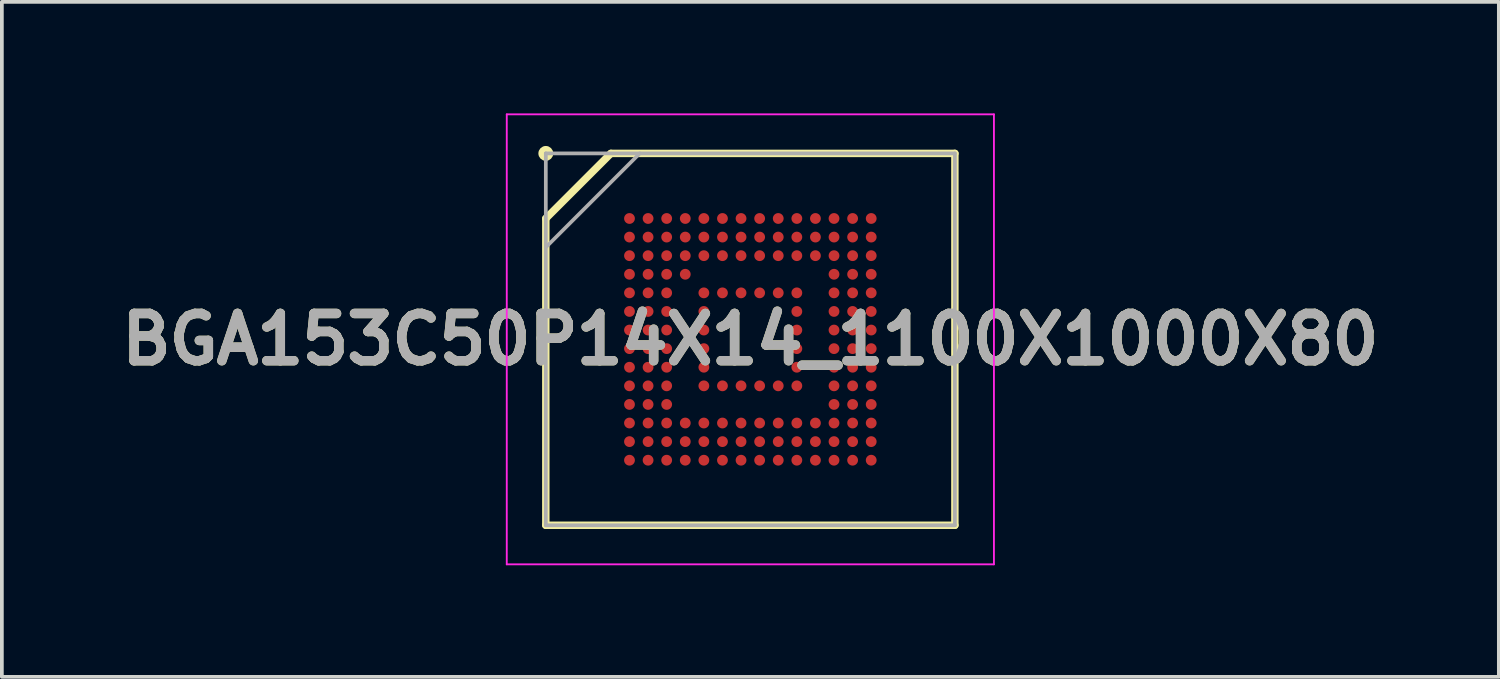
<source format=kicad_pcb>
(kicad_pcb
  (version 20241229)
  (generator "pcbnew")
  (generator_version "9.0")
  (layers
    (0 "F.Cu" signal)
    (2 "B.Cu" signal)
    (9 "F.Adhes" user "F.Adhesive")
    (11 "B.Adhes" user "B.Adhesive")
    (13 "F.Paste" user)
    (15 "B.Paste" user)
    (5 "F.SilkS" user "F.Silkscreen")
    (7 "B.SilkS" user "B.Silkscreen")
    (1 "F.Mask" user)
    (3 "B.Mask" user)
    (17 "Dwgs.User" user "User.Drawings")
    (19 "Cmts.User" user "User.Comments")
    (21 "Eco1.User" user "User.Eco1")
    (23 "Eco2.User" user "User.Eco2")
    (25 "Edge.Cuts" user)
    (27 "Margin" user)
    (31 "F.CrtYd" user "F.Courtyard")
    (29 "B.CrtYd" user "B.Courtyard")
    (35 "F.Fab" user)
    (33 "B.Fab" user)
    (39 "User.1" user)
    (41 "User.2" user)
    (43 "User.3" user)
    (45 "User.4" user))
  (footprint "BGA153C50P14X14_1100X1000X80"
    (layer "F.Cu")
    (at 17.127 6.075)
    (property "Reference" "BGA153C50P14X14_1100X1000X80" (at 0 0 0) (layer "F.SilkS") (effects (font (size 1.27 1.27) (thickness 0.254))))
    (attr smd)
    (fp_line (start -5.5 -3.25) (end -3.75 -5) (stroke (width 0.2) (type solid)) (layer "F.SilkS"))
    (fp_line (start -5.5 5) (end -5.5 -3.25) (stroke (width 0.2) (type solid)) (layer "F.SilkS"))
    (fp_line (start -3.75 -5) (end 5.5 -5) (stroke (width 0.2) (type solid)) (layer "F.SilkS"))
    (fp_line (start 5.5 -5) (end 5.5 5) (stroke (width 0.2) (type solid)) (layer "F.SilkS"))
    (fp_line (start 5.5 5) (end -5.5 5) (stroke (width 0.2) (type solid)) (layer "F.SilkS"))
    (fp_circle (center -5.5 -5) (end -5.5 -4.9) (stroke (width 0.2) (type solid)) (fill no) (layer "F.SilkS"))
    (fp_line (start -6.55 -6.05) (end 6.55 -6.05) (stroke (width 0.05) (type solid)) (layer "F.CrtYd"))
    (fp_line (start -6.55 6.05) (end -6.55 -6.05) (stroke (width 0.05) (type solid)) (layer "F.CrtYd"))
    (fp_line (start 6.55 -6.05) (end 6.55 6.05) (stroke (width 0.05) (type solid)) (layer "F.CrtYd"))
    (fp_line (start 6.55 6.05) (end -6.55 6.05) (stroke (width 0.05) (type solid)) (layer "F.CrtYd"))
    (fp_line (start -5.5 -5) (end 5.5 -5) (stroke (width 0.1) (type solid)) (layer "F.Fab"))
    (fp_line (start -5.5 -2.475) (end -2.975 -5) (stroke (width 0.1) (type solid)) (layer "F.Fab"))
    (fp_line (start -5.5 5) (end -5.5 -5) (stroke (width 0.1) (type solid)) (layer "F.Fab"))
    (fp_line (start 5.5 -5) (end 5.5 5) (stroke (width 0.1) (type solid)) (layer "F.Fab"))
    (fp_line (start 5.5 5) (end -5.5 5) (stroke (width 0.1) (type solid)) (layer "F.Fab"))
    (fp_text user "${REFERENCE}" (at 0 0 0) (layer "F.Fab") (effects (font (size 1.27 1.27) (thickness 0.254))))
    (pad "A1" smd circle (at -3.25 -3.25 90) (size 0.29 0.29) (layers "F.Cu" "F.Mask" "F.Paste"))
    (pad "A2" smd circle (at -2.75 -3.25 90) (size 0.29 0.29) (layers "F.Cu" "F.Mask" "F.Paste"))
    (pad "A3" smd circle (at -2.25 -3.25 90) (size 0.29 0.29) (layers "F.Cu" "F.Mask" "F.Paste"))
    (pad "A4" smd circle (at -1.75 -3.25 90) (size 0.29 0.29) (layers "F.Cu" "F.Mask" "F.Paste"))
    (pad "A5" smd circle (at -1.25 -3.25 90) (size 0.29 0.29) (layers "F.Cu" "F.Mask" "F.Paste"))
    (pad "A6" smd circle (at -0.75 -3.25 90) (size 0.29 0.29) (layers "F.Cu" "F.Mask" "F.Paste"))
    (pad "A7" smd circle (at -0.25 -3.25 90) (size 0.29 0.29) (layers "F.Cu" "F.Mask" "F.Paste"))
    (pad "A8" smd circle (at 0.25 -3.25 90) (size 0.29 0.29) (layers "F.Cu" "F.Mask" "F.Paste"))
    (pad "A9" smd circle (at 0.75 -3.25 90) (size 0.29 0.29) (layers "F.Cu" "F.Mask" "F.Paste"))
    (pad "A10" smd circle (at 1.25 -3.25 90) (size 0.29 0.29) (layers "F.Cu" "F.Mask" "F.Paste"))
    (pad "A11" smd circle (at 1.75 -3.25 90) (size 0.29 0.29) (layers "F.Cu" "F.Mask" "F.Paste"))
    (pad "A12" smd circle (at 2.25 -3.25 90) (size 0.29 0.29) (layers "F.Cu" "F.Mask" "F.Paste"))
    (pad "A13" smd circle (at 2.75 -3.25 90) (size 0.29 0.29) (layers "F.Cu" "F.Mask" "F.Paste"))
    (pad "A14" smd circle (at 3.25 -3.25 90) (size 0.29 0.29) (layers "F.Cu" "F.Mask" "F.Paste"))
    (pad "B1" smd circle (at -3.25 -2.75 90) (size 0.29 0.29) (layers "F.Cu" "F.Mask" "F.Paste"))
    (pad "B2" smd circle (at -2.75 -2.75 90) (size 0.29 0.29) (layers "F.Cu" "F.Mask" "F.Paste"))
    (pad "B3" smd circle (at -2.25 -2.75 90) (size 0.29 0.29) (layers "F.Cu" "F.Mask" "F.Paste"))
    (pad "B4" smd circle (at -1.75 -2.75 90) (size 0.29 0.29) (layers "F.Cu" "F.Mask" "F.Paste"))
    (pad "B5" smd circle (at -1.25 -2.75 90) (size 0.29 0.29) (layers "F.Cu" "F.Mask" "F.Paste"))
    (pad "B6" smd circle (at -0.75 -2.75 90) (size 0.29 0.29) (layers "F.Cu" "F.Mask" "F.Paste"))
    (pad "B7" smd circle (at -0.25 -2.75 90) (size 0.29 0.29) (layers "F.Cu" "F.Mask" "F.Paste"))
    (pad "B8" smd circle (at 0.25 -2.75 90) (size 0.29 0.29) (layers "F.Cu" "F.Mask" "F.Paste"))
    (pad "B9" smd circle (at 0.75 -2.75 90) (size 0.29 0.29) (layers "F.Cu" "F.Mask" "F.Paste"))
    (pad "B10" smd circle (at 1.25 -2.75 90) (size 0.29 0.29) (layers "F.Cu" "F.Mask" "F.Paste"))
    (pad "B11" smd circle (at 1.75 -2.75 90) (size 0.29 0.29) (layers "F.Cu" "F.Mask" "F.Paste"))
    (pad "B12" smd circle (at 2.25 -2.75 90) (size 0.29 0.29) (layers "F.Cu" "F.Mask" "F.Paste"))
    (pad "B13" smd circle (at 2.75 -2.75 90) (size 0.29 0.29) (layers "F.Cu" "F.Mask" "F.Paste"))
    (pad "B14" smd circle (at 3.25 -2.75 90) (size 0.29 0.29) (layers "F.Cu" "F.Mask" "F.Paste"))
    (pad "C1" smd circle (at -3.25 -2.25 90) (size 0.29 0.29) (layers "F.Cu" "F.Mask" "F.Paste"))
    (pad "C2" smd circle (at -2.75 -2.25 90) (size 0.29 0.29) (layers "F.Cu" "F.Mask" "F.Paste"))
    (pad "C3" smd circle (at -2.25 -2.25 90) (size 0.29 0.29) (layers "F.Cu" "F.Mask" "F.Paste"))
    (pad "C4" smd circle (at -1.75 -2.25 90) (size 0.29 0.29) (layers "F.Cu" "F.Mask" "F.Paste"))
    (pad "C5" smd circle (at -1.25 -2.25 90) (size 0.29 0.29) (layers "F.Cu" "F.Mask" "F.Paste"))
    (pad "C6" smd circle (at -0.75 -2.25 90) (size 0.29 0.29) (layers "F.Cu" "F.Mask" "F.Paste"))
    (pad "C7" smd circle (at -0.25 -2.25 90) (size 0.29 0.29) (layers "F.Cu" "F.Mask" "F.Paste"))
    (pad "C8" smd circle (at 0.25 -2.25 90) (size 0.29 0.29) (layers "F.Cu" "F.Mask" "F.Paste"))
    (pad "C9" smd circle (at 0.75 -2.25 90) (size 0.29 0.29) (layers "F.Cu" "F.Mask" "F.Paste"))
    (pad "C10" smd circle (at 1.25 -2.25 90) (size 0.29 0.29) (layers "F.Cu" "F.Mask" "F.Paste"))
    (pad "C11" smd circle (at 1.75 -2.25 90) (size 0.29 0.29) (layers "F.Cu" "F.Mask" "F.Paste"))
    (pad "C12" smd circle (at 2.25 -2.25 90) (size 0.29 0.29) (layers "F.Cu" "F.Mask" "F.Paste"))
    (pad "C13" smd circle (at 2.75 -2.25 90) (size 0.29 0.29) (layers "F.Cu" "F.Mask" "F.Paste"))
    (pad "C14" smd circle (at 3.25 -2.25 90) (size 0.29 0.29) (layers "F.Cu" "F.Mask" "F.Paste"))
    (pad "D1" smd circle (at -3.25 -1.75 90) (size 0.29 0.29) (layers "F.Cu" "F.Mask" "F.Paste"))
    (pad "D2" smd circle (at -2.75 -1.75 90) (size 0.29 0.29) (layers "F.Cu" "F.Mask" "F.Paste"))
    (pad "D3" smd circle (at -2.25 -1.75 90) (size 0.29 0.29) (layers "F.Cu" "F.Mask" "F.Paste"))
    (pad "D4" smd circle (at -1.75 -1.75 90) (size 0.29 0.29) (layers "F.Cu" "F.Mask" "F.Paste"))
    (pad "D12" smd circle (at 2.25 -1.75 90) (size 0.29 0.29) (layers "F.Cu" "F.Mask" "F.Paste"))
    (pad "D13" smd circle (at 2.75 -1.75 90) (size 0.29 0.29) (layers "F.Cu" "F.Mask" "F.Paste"))
    (pad "D14" smd circle (at 3.25 -1.75 90) (size 0.29 0.29) (layers "F.Cu" "F.Mask" "F.Paste"))
    (pad "E1" smd circle (at -3.25 -1.25 90) (size 0.29 0.29) (layers "F.Cu" "F.Mask" "F.Paste"))
    (pad "E2" smd circle (at -2.75 -1.25 90) (size 0.29 0.29) (layers "F.Cu" "F.Mask" "F.Paste"))
    (pad "E3" smd circle (at -2.25 -1.25 90) (size 0.29 0.29) (layers "F.Cu" "F.Mask" "F.Paste"))
    (pad "E5" smd circle (at -1.25 -1.25 90) (size 0.29 0.29) (layers "F.Cu" "F.Mask" "F.Paste"))
    (pad "E6" smd circle (at -0.75 -1.25 90) (size 0.29 0.29) (layers "F.Cu" "F.Mask" "F.Paste"))
    (pad "E7" smd circle (at -0.25 -1.25 90) (size 0.29 0.29) (layers "F.Cu" "F.Mask" "F.Paste"))
    (pad "E8" smd circle (at 0.25 -1.25 90) (size 0.29 0.29) (layers "F.Cu" "F.Mask" "F.Paste"))
    (pad "E9" smd circle (at 0.75 -1.25 90) (size 0.29 0.29) (layers "F.Cu" "F.Mask" "F.Paste"))
    (pad "E10" smd circle (at 1.25 -1.25 90) (size 0.29 0.29) (layers "F.Cu" "F.Mask" "F.Paste"))
    (pad "E12" smd circle (at 2.25 -1.25 90) (size 0.29 0.29) (layers "F.Cu" "F.Mask" "F.Paste"))
    (pad "E13" smd circle (at 2.75 -1.25 90) (size 0.29 0.29) (layers "F.Cu" "F.Mask" "F.Paste"))
    (pad "E14" smd circle (at 3.25 -1.25 90) (size 0.29 0.29) (layers "F.Cu" "F.Mask" "F.Paste"))
    (pad "F1" smd circle (at -3.25 -0.75 90) (size 0.29 0.29) (layers "F.Cu" "F.Mask" "F.Paste"))
    (pad "F2" smd circle (at -2.75 -0.75 90) (size 0.29 0.29) (layers "F.Cu" "F.Mask" "F.Paste"))
    (pad "F3" smd circle (at -2.25 -0.75 90) (size 0.29 0.29) (layers "F.Cu" "F.Mask" "F.Paste"))
    (pad "F5" smd circle (at -1.25 -0.75 90) (size 0.29 0.29) (layers "F.Cu" "F.Mask" "F.Paste"))
    (pad "F10" smd circle (at 1.25 -0.75 90) (size 0.29 0.29) (layers "F.Cu" "F.Mask" "F.Paste"))
    (pad "F12" smd circle (at 2.25 -0.75 90) (size 0.29 0.29) (layers "F.Cu" "F.Mask" "F.Paste"))
    (pad "F13" smd circle (at 2.75 -0.75 90) (size 0.29 0.29) (layers "F.Cu" "F.Mask" "F.Paste"))
    (pad "F14" smd circle (at 3.25 -0.75 90) (size 0.29 0.29) (layers "F.Cu" "F.Mask" "F.Paste"))
    (pad "G1" smd circle (at -3.25 -0.25 90) (size 0.29 0.29) (layers "F.Cu" "F.Mask" "F.Paste"))
    (pad "G2" smd circle (at -2.75 -0.25 90) (size 0.29 0.29) (layers "F.Cu" "F.Mask" "F.Paste"))
    (pad "G3" smd circle (at -2.25 -0.25 90) (size 0.29 0.29) (layers "F.Cu" "F.Mask" "F.Paste"))
    (pad "G5" smd circle (at -1.25 -0.25 90) (size 0.29 0.29) (layers "F.Cu" "F.Mask" "F.Paste"))
    (pad "G10" smd circle (at 1.25 -0.25 90) (size 0.29 0.29) (layers "F.Cu" "F.Mask" "F.Paste"))
    (pad "G12" smd circle (at 2.25 -0.25 90) (size 0.29 0.29) (layers "F.Cu" "F.Mask" "F.Paste"))
    (pad "G13" smd circle (at 2.75 -0.25 90) (size 0.29 0.29) (layers "F.Cu" "F.Mask" "F.Paste"))
    (pad "G14" smd circle (at 3.25 -0.25 90) (size 0.29 0.29) (layers "F.Cu" "F.Mask" "F.Paste"))
    (pad "H1" smd circle (at -3.25 0.25 90) (size 0.29 0.29) (layers "F.Cu" "F.Mask" "F.Paste"))
    (pad "H2" smd circle (at -2.75 0.25 90) (size 0.29 0.29) (layers "F.Cu" "F.Mask" "F.Paste"))
    (pad "H3" smd circle (at -2.25 0.25 90) (size 0.29 0.29) (layers "F.Cu" "F.Mask" "F.Paste"))
    (pad "H5" smd circle (at -1.25 0.25 90) (size 0.29 0.29) (layers "F.Cu" "F.Mask" "F.Paste"))
    (pad "H10" smd circle (at 1.25 0.25 90) (size 0.29 0.29) (layers "F.Cu" "F.Mask" "F.Paste"))
    (pad "H12" smd circle (at 2.25 0.25 90) (size 0.29 0.29) (layers "F.Cu" "F.Mask" "F.Paste"))
    (pad "H13" smd circle (at 2.75 0.25 90) (size 0.29 0.29) (layers "F.Cu" "F.Mask" "F.Paste"))
    (pad "H14" smd circle (at 3.25 0.25 90) (size 0.29 0.29) (layers "F.Cu" "F.Mask" "F.Paste"))
    (pad "J1" smd circle (at -3.25 0.75 90) (size 0.29 0.29) (layers "F.Cu" "F.Mask" "F.Paste"))
    (pad "J2" smd circle (at -2.75 0.75 90) (size 0.29 0.29) (layers "F.Cu" "F.Mask" "F.Paste"))
    (pad "J3" smd circle (at -2.25 0.75 90) (size 0.29 0.29) (layers "F.Cu" "F.Mask" "F.Paste"))
    (pad "J5" smd circle (at -1.25 0.75 90) (size 0.29 0.29) (layers "F.Cu" "F.Mask" "F.Paste"))
    (pad "J10" smd circle (at 1.25 0.75 90) (size 0.29 0.29) (layers "F.Cu" "F.Mask" "F.Paste"))
    (pad "J12" smd circle (at 2.25 0.75 90) (size 0.29 0.29) (layers "F.Cu" "F.Mask" "F.Paste"))
    (pad "J13" smd circle (at 2.75 0.75 90) (size 0.29 0.29) (layers "F.Cu" "F.Mask" "F.Paste"))
    (pad "J14" smd circle (at 3.25 0.75 90) (size 0.29 0.29) (layers "F.Cu" "F.Mask" "F.Paste"))
    (pad "K1" smd circle (at -3.25 1.25 90) (size 0.29 0.29) (layers "F.Cu" "F.Mask" "F.Paste"))
    (pad "K2" smd circle (at -2.75 1.25 90) (size 0.29 0.29) (layers "F.Cu" "F.Mask" "F.Paste"))
    (pad "K3" smd circle (at -2.25 1.25 90) (size 0.29 0.29) (layers "F.Cu" "F.Mask" "F.Paste"))
    (pad "K5" smd circle (at -1.25 1.25 90) (size 0.29 0.29) (layers "F.Cu" "F.Mask" "F.Paste"))
    (pad "K6" smd circle (at -0.75 1.25 90) (size 0.29 0.29) (layers "F.Cu" "F.Mask" "F.Paste"))
    (pad "K7" smd circle (at -0.25 1.25 90) (size 0.29 0.29) (layers "F.Cu" "F.Mask" "F.Paste"))
    (pad "K8" smd circle (at 0.25 1.25 90) (size 0.29 0.29) (layers "F.Cu" "F.Mask" "F.Paste"))
    (pad "K9" smd circle (at 0.75 1.25 90) (size 0.29 0.29) (layers "F.Cu" "F.Mask" "F.Paste"))
    (pad "K10" smd circle (at 1.25 1.25 90) (size 0.29 0.29) (layers "F.Cu" "F.Mask" "F.Paste"))
    (pad "K12" smd circle (at 2.25 1.25 90) (size 0.29 0.29) (layers "F.Cu" "F.Mask" "F.Paste"))
    (pad "K13" smd circle (at 2.75 1.25 90) (size 0.29 0.29) (layers "F.Cu" "F.Mask" "F.Paste"))
    (pad "K14" smd circle (at 3.25 1.25 90) (size 0.29 0.29) (layers "F.Cu" "F.Mask" "F.Paste"))
    (pad "L1" smd circle (at -3.25 1.75 90) (size 0.29 0.29) (layers "F.Cu" "F.Mask" "F.Paste"))
    (pad "L2" smd circle (at -2.75 1.75 90) (size 0.29 0.29) (layers "F.Cu" "F.Mask" "F.Paste"))
    (pad "L3" smd circle (at -2.25 1.75 90) (size 0.29 0.29) (layers "F.Cu" "F.Mask" "F.Paste"))
    (pad "L12" smd circle (at 2.25 1.75 90) (size 0.29 0.29) (layers "F.Cu" "F.Mask" "F.Paste"))
    (pad "L13" smd circle (at 2.75 1.75 90) (size 0.29 0.29) (layers "F.Cu" "F.Mask" "F.Paste"))
    (pad "L14" smd circle (at 3.25 1.75 90) (size 0.29 0.29) (layers "F.Cu" "F.Mask" "F.Paste"))
    (pad "M1" smd circle (at -3.25 2.25 90) (size 0.29 0.29) (layers "F.Cu" "F.Mask" "F.Paste"))
    (pad "M2" smd circle (at -2.75 2.25 90) (size 0.29 0.29) (layers "F.Cu" "F.Mask" "F.Paste"))
    (pad "M3" smd circle (at -2.25 2.25 90) (size 0.29 0.29) (layers "F.Cu" "F.Mask" "F.Paste"))
    (pad "M4" smd circle (at -1.75 2.25 90) (size 0.29 0.29) (layers "F.Cu" "F.Mask" "F.Paste"))
    (pad "M5" smd circle (at -1.25 2.25 90) (size 0.29 0.29) (layers "F.Cu" "F.Mask" "F.Paste"))
    (pad "M6" smd circle (at -0.75 2.25 90) (size 0.29 0.29) (layers "F.Cu" "F.Mask" "F.Paste"))
    (pad "M7" smd circle (at -0.25 2.25 90) (size 0.29 0.29) (layers "F.Cu" "F.Mask" "F.Paste"))
    (pad "M8" smd circle (at 0.25 2.25 90) (size 0.29 0.29) (layers "F.Cu" "F.Mask" "F.Paste"))
    (pad "M9" smd circle (at 0.75 2.25 90) (size 0.29 0.29) (layers "F.Cu" "F.Mask" "F.Paste"))
    (pad "M10" smd circle (at 1.25 2.25 90) (size 0.29 0.29) (layers "F.Cu" "F.Mask" "F.Paste"))
    (pad "M11" smd circle (at 1.75 2.25 90) (size 0.29 0.29) (layers "F.Cu" "F.Mask" "F.Paste"))
    (pad "M12" smd circle (at 2.25 2.25 90) (size 0.29 0.29) (layers "F.Cu" "F.Mask" "F.Paste"))
    (pad "M13" smd circle (at 2.75 2.25 90) (size 0.29 0.29) (layers "F.Cu" "F.Mask" "F.Paste"))
    (pad "M14" smd circle (at 3.25 2.25 90) (size 0.29 0.29) (layers "F.Cu" "F.Mask" "F.Paste"))
    (pad "N1" smd circle (at -3.25 2.75 90) (size 0.29 0.29) (layers "F.Cu" "F.Mask" "F.Paste"))
    (pad "N2" smd circle (at -2.75 2.75 90) (size 0.29 0.29) (layers "F.Cu" "F.Mask" "F.Paste"))
    (pad "N3" smd circle (at -2.25 2.75 90) (size 0.29 0.29) (layers "F.Cu" "F.Mask" "F.Paste"))
    (pad "N4" smd circle (at -1.75 2.75 90) (size 0.29 0.29) (layers "F.Cu" "F.Mask" "F.Paste"))
    (pad "N5" smd circle (at -1.25 2.75 90) (size 0.29 0.29) (layers "F.Cu" "F.Mask" "F.Paste"))
    (pad "N6" smd circle (at -0.75 2.75 90) (size 0.29 0.29) (layers "F.Cu" "F.Mask" "F.Paste"))
    (pad "N7" smd circle (at -0.25 2.75 90) (size 0.29 0.29) (layers "F.Cu" "F.Mask" "F.Paste"))
    (pad "N8" smd circle (at 0.25 2.75 90) (size 0.29 0.29) (layers "F.Cu" "F.Mask" "F.Paste"))
    (pad "N9" smd circle (at 0.75 2.75 90) (size 0.29 0.29) (layers "F.Cu" "F.Mask" "F.Paste"))
    (pad "N10" smd circle (at 1.25 2.75 90) (size 0.29 0.29) (layers "F.Cu" "F.Mask" "F.Paste"))
    (pad "N11" smd circle (at 1.75 2.75 90) (size 0.29 0.29) (layers "F.Cu" "F.Mask" "F.Paste"))
    (pad "N12" smd circle (at 2.25 2.75 90) (size 0.29 0.29) (layers "F.Cu" "F.Mask" "F.Paste"))
    (pad "N13" smd circle (at 2.75 2.75 90) (size 0.29 0.29) (layers "F.Cu" "F.Mask" "F.Paste"))
    (pad "N14" smd circle (at 3.25 2.75 90) (size 0.29 0.29) (layers "F.Cu" "F.Mask" "F.Paste"))
    (pad "P1" smd circle (at -3.25 3.25 90) (size 0.29 0.29) (layers "F.Cu" "F.Mask" "F.Paste"))
    (pad "P2" smd circle (at -2.75 3.25 90) (size 0.29 0.29) (layers "F.Cu" "F.Mask" "F.Paste"))
    (pad "P3" smd circle (at -2.25 3.25 90) (size 0.29 0.29) (layers "F.Cu" "F.Mask" "F.Paste"))
    (pad "P4" smd circle (at -1.75 3.25 90) (size 0.29 0.29) (layers "F.Cu" "F.Mask" "F.Paste"))
    (pad "P5" smd circle (at -1.25 3.25 90) (size 0.29 0.29) (layers "F.Cu" "F.Mask" "F.Paste"))
    (pad "P6" smd circle (at -0.75 3.25 90) (size 0.29 0.29) (layers "F.Cu" "F.Mask" "F.Paste"))
    (pad "P7" smd circle (at -0.25 3.25 90) (size 0.29 0.29) (layers "F.Cu" "F.Mask" "F.Paste"))
    (pad "P8" smd circle (at 0.25 3.25 90) (size 0.29 0.29) (layers "F.Cu" "F.Mask" "F.Paste"))
    (pad "P9" smd circle (at 0.75 3.25 90) (size 0.29 0.29) (layers "F.Cu" "F.Mask" "F.Paste"))
    (pad "P10" smd circle (at 1.25 3.25 90) (size 0.29 0.29) (layers "F.Cu" "F.Mask" "F.Paste"))
    (pad "P11" smd circle (at 1.75 3.25 90) (size 0.29 0.29) (layers "F.Cu" "F.Mask" "F.Paste"))
    (pad "P12" smd circle (at 2.25 3.25 90) (size 0.29 0.29) (layers "F.Cu" "F.Mask" "F.Paste"))
    (pad "P13" smd circle (at 2.75 3.25 90) (size 0.29 0.29) (layers "F.Cu" "F.Mask" "F.Paste"))
    (pad "P14" smd circle (at 3.25 3.25 90) (size 0.29 0.29) (layers "F.Cu" "F.Mask" "F.Paste")))
  (gr_rect
    (start -3 -3)
    (end 37.254 15.15)
    (stroke (width 0.1) (type default))
    (fill no)
    (layer "Edge.Cuts")))
</source>
